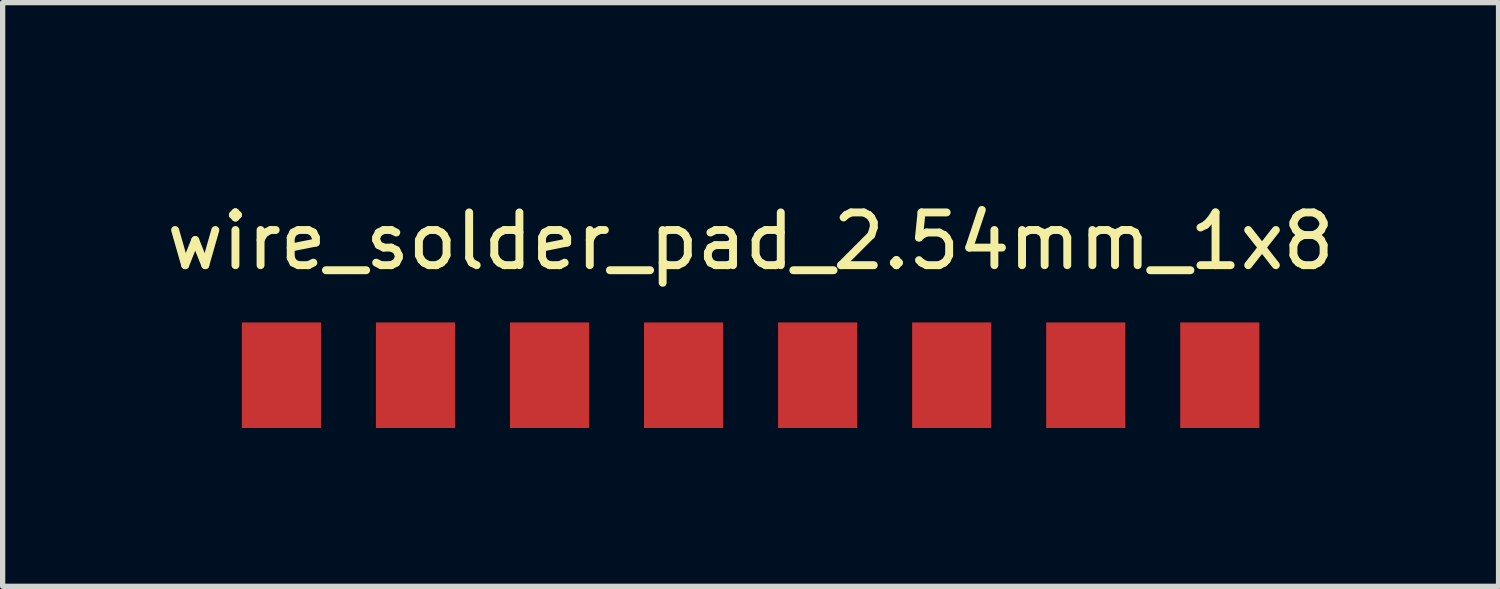
<source format=kicad_pcb>
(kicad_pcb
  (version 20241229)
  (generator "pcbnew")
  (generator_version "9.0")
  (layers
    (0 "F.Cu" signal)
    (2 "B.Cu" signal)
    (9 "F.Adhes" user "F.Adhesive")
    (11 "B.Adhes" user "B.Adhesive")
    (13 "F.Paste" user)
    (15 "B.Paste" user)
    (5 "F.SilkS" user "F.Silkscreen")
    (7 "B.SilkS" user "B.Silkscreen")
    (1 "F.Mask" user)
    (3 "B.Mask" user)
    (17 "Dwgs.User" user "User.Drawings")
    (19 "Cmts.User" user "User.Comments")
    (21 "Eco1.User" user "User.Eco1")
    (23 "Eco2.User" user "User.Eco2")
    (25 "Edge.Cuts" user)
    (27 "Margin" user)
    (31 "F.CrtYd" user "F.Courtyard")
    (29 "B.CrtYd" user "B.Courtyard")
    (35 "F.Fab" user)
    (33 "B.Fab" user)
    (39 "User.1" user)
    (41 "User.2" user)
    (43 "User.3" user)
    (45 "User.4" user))
  (footprint "wire_solder_pad_2.54mm_1x8"
    (layer "F.Cu")
    (at 11.173 0.25)
    (property "Reference" "wire_solder_pad_2.54mm_1x8" (at 0 1.27 0) (layer "F.SilkS") (effects (font (size 1 1) (thickness 0.15))))
    (attr through_hole)
    (pad "1" smd rect (at -8.89 3.81) (size 1.5 2) (layers "F.Cu" "F.Mask" "F.Paste"))
    (pad "2" smd rect (at -6.35 3.81) (size 1.5 2) (layers "F.Cu" "F.Mask" "F.Paste"))
    (pad "3" smd rect (at -3.81 3.81) (size 1.5 2) (layers "F.Cu" "F.Mask" "F.Paste"))
    (pad "4" smd rect (at -1.27 3.81) (size 1.5 2) (layers "F.Cu" "F.Mask" "F.Paste"))
    (pad "5" smd rect (at 1.27 3.81) (size 1.5 2) (layers "F.Cu" "F.Mask" "F.Paste"))
    (pad "6" smd rect (at 3.81 3.81) (size 1.5 2) (layers "F.Cu" "F.Mask" "F.Paste"))
    (pad "7" smd rect (at 6.35 3.81) (size 1.5 2) (layers "F.Cu" "F.Mask" "F.Paste"))
    (pad "8" smd rect (at 8.89 3.81) (size 1.5 2) (layers "F.Cu" "F.Mask" "F.Paste")))
  (gr_rect
    (start -3 -3)
    (end 25.345 8.06)
    (stroke (width 0.1) (type default))
    (fill no)
    (layer "Edge.Cuts")))
</source>
